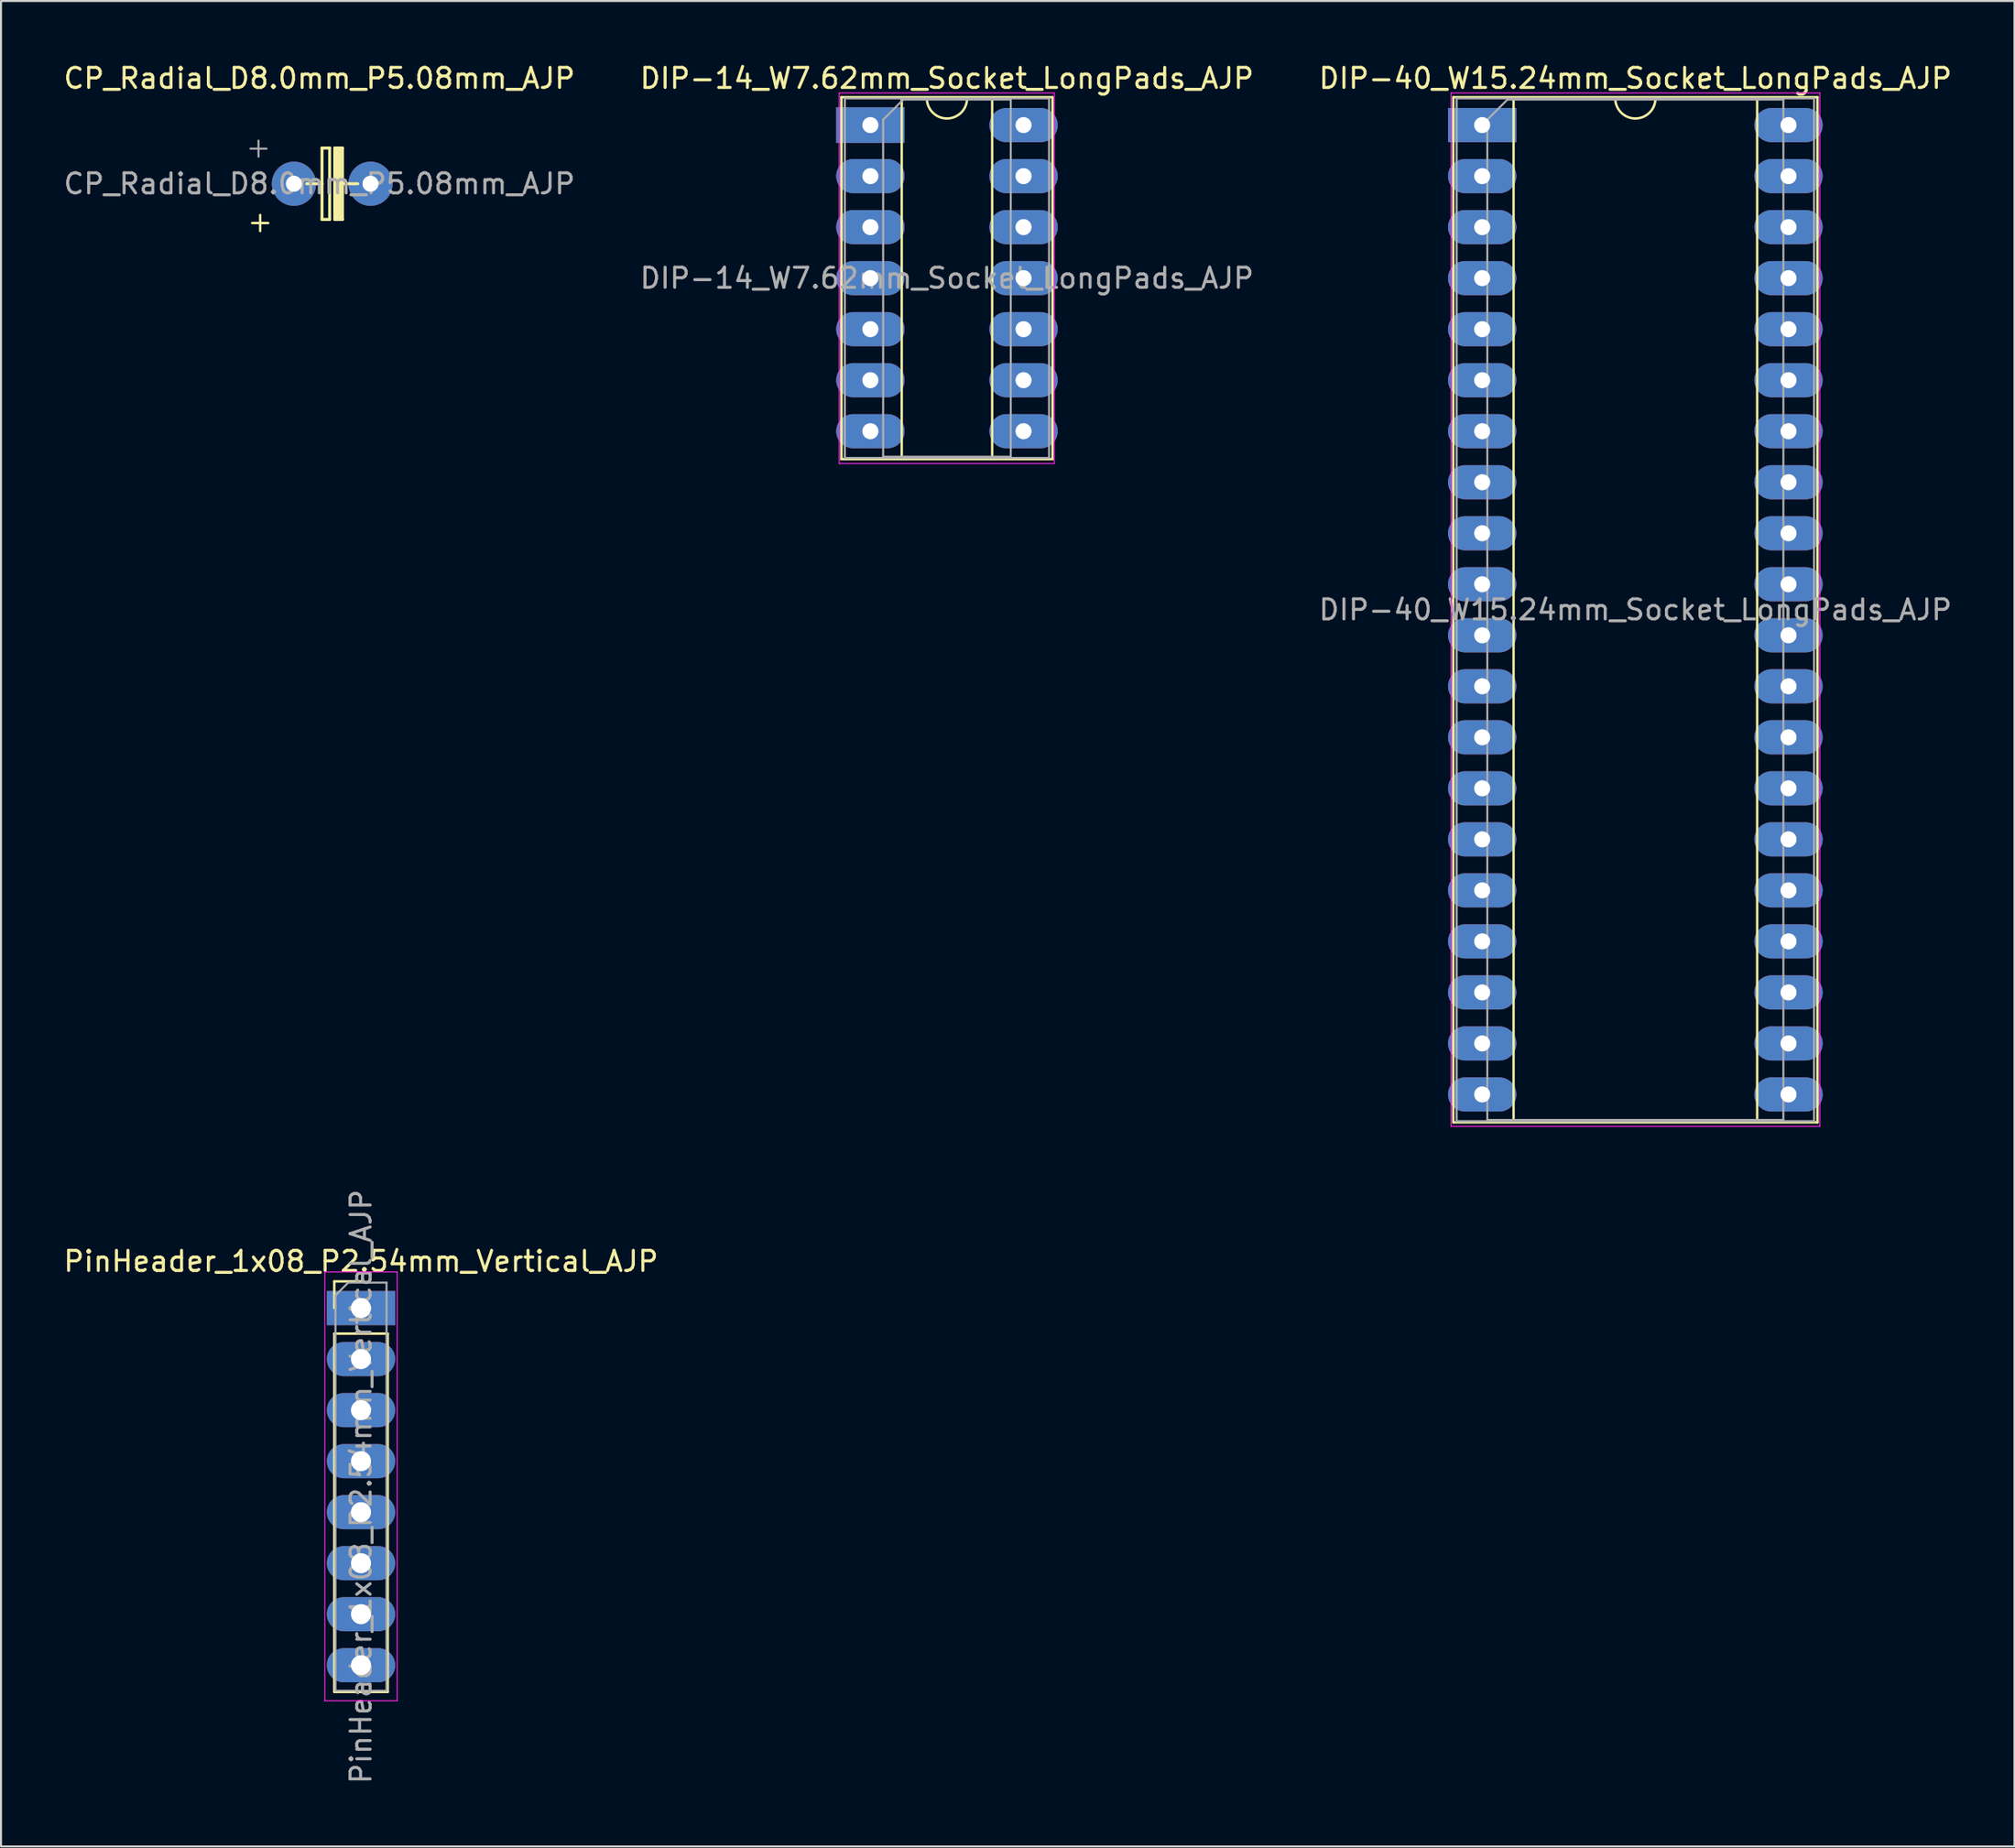
<source format=kicad_pcb>
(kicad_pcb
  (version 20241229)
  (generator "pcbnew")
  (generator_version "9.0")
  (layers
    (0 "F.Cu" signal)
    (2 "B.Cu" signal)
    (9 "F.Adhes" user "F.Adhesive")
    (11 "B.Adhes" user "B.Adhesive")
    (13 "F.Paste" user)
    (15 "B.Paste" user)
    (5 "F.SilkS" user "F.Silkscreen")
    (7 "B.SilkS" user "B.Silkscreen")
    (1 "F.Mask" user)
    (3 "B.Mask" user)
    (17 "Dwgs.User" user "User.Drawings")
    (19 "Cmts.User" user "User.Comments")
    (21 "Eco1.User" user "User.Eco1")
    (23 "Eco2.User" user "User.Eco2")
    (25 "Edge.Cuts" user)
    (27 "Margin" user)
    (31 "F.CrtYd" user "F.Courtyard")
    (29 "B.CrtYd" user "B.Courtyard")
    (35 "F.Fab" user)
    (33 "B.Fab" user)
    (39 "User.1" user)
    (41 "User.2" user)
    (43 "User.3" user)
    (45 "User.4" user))
  (footprint "CP_Radial_D8.0mm_P5.08mm_AJP"
    (layer "F.Cu")
    (at 10.939 6.098)
    (property "Reference" "CP_Radial_D8.0mm_P5.08mm_AJP" (at 1.9 -5.25 0) (layer "F.SilkS") (effects (font (size 1 1) (thickness 0.15))))
    (attr through_hole)
    (fp_line (start -1.444 1.955) (end -0.644 1.955) (stroke (width 0.12) (type solid)) (layer "F.SilkS"))
    (fp_line (start -1.044 1.555) (end -1.044 2.355) (stroke (width 0.12) (type solid)) (layer "F.SilkS"))
    (fp_line (start 1.905 0) (end 1.27 0) (stroke (width 0.15) (type solid)) (layer "F.SilkS"))
    (fp_line (start 2.032 -1.778) (end 2.413 -1.778) (stroke (width 0.15) (type solid)) (layer "F.SilkS"))
    (fp_line (start 2.032 0) (end 1.905 0) (stroke (width 0.15) (type solid)) (layer "F.SilkS"))
    (fp_line (start 2.032 0) (end 2.032 -1.778) (stroke (width 0.15) (type solid)) (layer "F.SilkS"))
    (fp_line (start 2.032 1.778) (end 2.032 0) (stroke (width 0.15) (type solid)) (layer "F.SilkS"))
    (fp_line (start 2.413 -1.778) (end 2.413 1.778) (stroke (width 0.15) (type solid)) (layer "F.SilkS"))
    (fp_line (start 2.413 1.778) (end 2.032 1.778) (stroke (width 0.15) (type solid)) (layer "F.SilkS"))
    (fp_line (start 2.667 -1.778) (end 3.048 -1.778) (stroke (width 0.15) (type solid)) (layer "F.SilkS"))
    (fp_line (start 2.667 0) (end 2.667 -1.778) (stroke (width 0.15) (type solid)) (layer "F.SilkS"))
    (fp_line (start 2.667 1.778) (end 2.667 0) (stroke (width 0.15) (type solid)) (layer "F.SilkS"))
    (fp_line (start 2.794 -1.778) (end 2.794 1.778) (stroke (width 0.15) (type solid)) (layer "F.SilkS"))
    (fp_line (start 2.794 0) (end 3.175 0) (stroke (width 0.15) (type solid)) (layer "F.SilkS"))
    (fp_line (start 2.921 -1.778) (end 2.921 1.778) (stroke (width 0.15) (type solid)) (layer "F.SilkS"))
    (fp_line (start 2.921 1.778) (end 2.667 1.778) (stroke (width 0.15) (type solid)) (layer "F.SilkS"))
    (fp_line (start 3.048 -1.778) (end 3.048 1.778) (stroke (width 0.15) (type solid)) (layer "F.SilkS"))
    (fp_line (start 3.048 1.778) (end 2.921 1.778) (stroke (width 0.15) (type solid)) (layer "F.SilkS"))
    (fp_line (start 3.175 0) (end 3.81 0) (stroke (width 0.15) (type solid)) (layer "F.SilkS"))
    (fp_line (start -1.527 -1.748) (end -0.727 -1.748) (stroke (width 0.1) (type solid)) (layer "F.Fab"))
    (fp_line (start -1.127 -2.147) (end -1.127 -1.347) (stroke (width 0.1) (type solid)) (layer "F.Fab"))
    (fp_text user "${REFERENCE}" (at 1.9 0 0) (layer "F.Fab") (effects (font (size 1 1) (thickness 0.15))))
    (pad "1" thru_hole circle (at 0.635 0) (size 2.2 2.2) (drill 0.8) (layers "*.Cu" "*.Mask"))
    (pad "2" thru_hole circle (at 4.445 0) (size 2.2 2.2) (drill 0.8) (layers "*.Cu" "*.Mask")))
  (footprint "PinHeader_1x08_P2.54mm_Vertical_AJP"
    (layer "F.Cu")
    (at 14.911 62.074)
    (property "Reference" "PinHeader_1x08_P2.54mm_Vertical_AJP" (at 0 -2.33 0) (layer "F.SilkS") (effects (font (size 1 1) (thickness 0.15))))
    (attr through_hole)
    (fp_line (start -1.33 -1.33) (end 0 -1.33) (stroke (width 0.12) (type solid)) (layer "F.SilkS"))
    (fp_line (start -1.33 0) (end -1.33 -1.33) (stroke (width 0.12) (type solid)) (layer "F.SilkS"))
    (fp_line (start -1.33 1.27) (end -1.33 19.11) (stroke (width 0.12) (type solid)) (layer "F.SilkS"))
    (fp_line (start -1.33 1.27) (end 1.33 1.27) (stroke (width 0.12) (type solid)) (layer "F.SilkS"))
    (fp_line (start -1.33 19.11) (end 1.33 19.11) (stroke (width 0.12) (type solid)) (layer "F.SilkS"))
    (fp_line (start 1.33 1.27) (end 1.33 19.11) (stroke (width 0.12) (type solid)) (layer "F.SilkS"))
    (fp_line (start -1.8 -1.8) (end -1.8 19.55) (stroke (width 0.05) (type solid)) (layer "F.CrtYd"))
    (fp_line (start -1.8 19.55) (end 1.8 19.55) (stroke (width 0.05) (type solid)) (layer "F.CrtYd"))
    (fp_line (start 1.8 -1.8) (end -1.8 -1.8) (stroke (width 0.05) (type solid)) (layer "F.CrtYd"))
    (fp_line (start 1.8 19.55) (end 1.8 -1.8) (stroke (width 0.05) (type solid)) (layer "F.CrtYd"))
    (fp_line (start -1.27 -0.635) (end -0.635 -1.27) (stroke (width 0.1) (type solid)) (layer "F.Fab"))
    (fp_line (start -1.27 19.05) (end -1.27 -0.635) (stroke (width 0.1) (type solid)) (layer "F.Fab"))
    (fp_line (start -0.635 -1.27) (end 1.27 -1.27) (stroke (width 0.1) (type solid)) (layer "F.Fab"))
    (fp_line (start 1.27 -1.27) (end 1.27 19.05) (stroke (width 0.1) (type solid)) (layer "F.Fab"))
    (fp_line (start 1.27 19.05) (end -1.27 19.05) (stroke (width 0.1) (type solid)) (layer "F.Fab"))
    (fp_text user "${REFERENCE}" (at 0 8.89 90) (layer "F.Fab") (effects (font (size 1 1) (thickness 0.15))))
    (pad "1" thru_hole rect (at 0 0) (size 3.4 1.7) (drill 1) (layers "*.Cu" "*.Mask"))
    (pad "2" thru_hole oval (at 0 2.54) (size 3.4 1.7) (drill 1) (layers "*.Cu" "*.Mask"))
    (pad "3" thru_hole oval (at 0 5.08) (size 3.4 1.7) (drill 1) (layers "*.Cu" "*.Mask"))
    (pad "4" thru_hole oval (at 0 7.62) (size 3.4 1.7) (drill 1) (layers "*.Cu" "*.Mask"))
    (pad "5" thru_hole oval (at 0 10.16) (size 3.4 1.7) (drill 1) (layers "*.Cu" "*.Mask"))
    (pad "6" thru_hole oval (at 0 12.7) (size 3.4 1.7) (drill 1) (layers "*.Cu" "*.Mask"))
    (pad "7" thru_hole oval (at 0 15.24) (size 3.4 1.7) (drill 1) (layers "*.Cu" "*.Mask"))
    (pad "8" thru_hole oval (at 0 17.78) (size 3.4 1.7) (drill 1) (layers "*.Cu" "*.Mask")))
  (footprint "DIP-14_W7.62mm_Socket_LongPads_AJP"
    (layer "F.Cu")
    (at 40.255 3.178)
    (property "Reference" "DIP-14_W7.62mm_Socket_LongPads_AJP" (at 3.81 -2.33 0) (layer "F.SilkS") (effects (font (size 1 1) (thickness 0.15))))
    (attr through_hole)
    (fp_line (start -1.44 -1.39) (end -1.44 16.63) (stroke (width 0.12) (type solid)) (layer "F.SilkS"))
    (fp_line (start -1.44 16.63) (end 9.06 16.63) (stroke (width 0.12) (type solid)) (layer "F.SilkS"))
    (fp_line (start 1.56 -1.33) (end 1.56 16.57) (stroke (width 0.12) (type solid)) (layer "F.SilkS"))
    (fp_line (start 1.56 16.57) (end 6.06 16.57) (stroke (width 0.12) (type solid)) (layer "F.SilkS"))
    (fp_line (start 2.81 -1.33) (end 1.56 -1.33) (stroke (width 0.12) (type solid)) (layer "F.SilkS"))
    (fp_line (start 6.06 -1.33) (end 4.81 -1.33) (stroke (width 0.12) (type solid)) (layer "F.SilkS"))
    (fp_line (start 6.06 16.57) (end 6.06 -1.33) (stroke (width 0.12) (type solid)) (layer "F.SilkS"))
    (fp_line (start 9.06 -1.39) (end -1.44 -1.39) (stroke (width 0.12) (type solid)) (layer "F.SilkS"))
    (fp_line (start 9.06 16.63) (end 9.06 -1.39) (stroke (width 0.12) (type solid)) (layer "F.SilkS"))
    (fp_arc (start 4.81 -1.33) (mid 3.81 -0.33) (end 2.81 -1.33) (stroke (width 0.12) (type solid)) (layer "F.SilkS"))
    (fp_line (start -1.55 -1.6) (end -1.55 16.85) (stroke (width 0.05) (type solid)) (layer "F.CrtYd"))
    (fp_line (start -1.55 16.85) (end 9.15 16.85) (stroke (width 0.05) (type solid)) (layer "F.CrtYd"))
    (fp_line (start 9.15 -1.6) (end -1.55 -1.6) (stroke (width 0.05) (type solid)) (layer "F.CrtYd"))
    (fp_line (start 9.15 16.85) (end 9.15 -1.6) (stroke (width 0.05) (type solid)) (layer "F.CrtYd"))
    (fp_line (start -1.27 -1.33) (end -1.27 16.57) (stroke (width 0.1) (type solid)) (layer "F.Fab"))
    (fp_line (start -1.27 16.57) (end 8.89 16.57) (stroke (width 0.1) (type solid)) (layer "F.Fab"))
    (fp_line (start 0.635 -0.27) (end 1.635 -1.27) (stroke (width 0.1) (type solid)) (layer "F.Fab"))
    (fp_line (start 0.635 16.51) (end 0.635 -0.27) (stroke (width 0.1) (type solid)) (layer "F.Fab"))
    (fp_line (start 1.635 -1.27) (end 6.985 -1.27) (stroke (width 0.1) (type solid)) (layer "F.Fab"))
    (fp_line (start 6.985 -1.27) (end 6.985 16.51) (stroke (width 0.1) (type solid)) (layer "F.Fab"))
    (fp_line (start 6.985 16.51) (end 0.635 16.51) (stroke (width 0.1) (type solid)) (layer "F.Fab"))
    (fp_line (start 8.89 -1.33) (end -1.27 -1.33) (stroke (width 0.1) (type solid)) (layer "F.Fab"))
    (fp_line (start 8.89 16.57) (end 8.89 -1.33) (stroke (width 0.1) (type solid)) (layer "F.Fab"))
    (fp_text user "${REFERENCE}" (at 3.81 7.62 0) (layer "F.Fab") (effects (font (size 1 1) (thickness 0.15))))
    (pad "1" thru_hole rect (at 0 0) (size 3.4 1.77) (drill 0.8) (layers "*.Cu" "*.Mask"))
    (pad "2" thru_hole oval (at 0 2.54) (size 3.4 1.7) (drill 0.8) (layers "*.Cu" "*.Mask"))
    (pad "3" thru_hole oval (at 0 5.08) (size 3.4 1.7) (drill 0.8) (layers "*.Cu" "*.Mask"))
    (pad "4" thru_hole oval (at 0 7.62) (size 3.4 1.7) (drill 0.8) (layers "*.Cu" "*.Mask"))
    (pad "5" thru_hole oval (at 0 10.16) (size 3.4 1.7) (drill 0.8) (layers "*.Cu" "*.Mask"))
    (pad "6" thru_hole oval (at 0 12.7) (size 3.4 1.7) (drill 0.8) (layers "*.Cu" "*.Mask"))
    (pad "7" thru_hole oval (at 0 15.24) (size 3.4 1.7) (drill 0.8) (layers "*.Cu" "*.Mask"))
    (pad "8" thru_hole oval (at 7.62 15.24) (size 3.4 1.7) (drill 0.8) (layers "*.Cu" "*.Mask"))
    (pad "9" thru_hole oval (at 7.62 12.7) (size 3.4 1.7) (drill 0.8) (layers "*.Cu" "*.Mask"))
    (pad "10" thru_hole oval (at 7.62 10.16) (size 3.4 1.7) (drill 0.8) (layers "*.Cu" "*.Mask"))
    (pad "11" thru_hole oval (at 7.62 7.62) (size 3.4 1.7) (drill 0.8) (layers "*.Cu" "*.Mask"))
    (pad "12" thru_hole oval (at 7.62 5.08) (size 3.4 1.7) (drill 0.8) (layers "*.Cu" "*.Mask"))
    (pad "13" thru_hole oval (at 7.62 2.54) (size 3.4 1.7) (drill 0.8) (layers "*.Cu" "*.Mask"))
    (pad "14" thru_hole oval (at 7.62 0) (size 3.4 1.7) (drill 0.8) (layers "*.Cu" "*.Mask")))
  (footprint "DIP-40_W15.24mm_Socket_LongPads_AJP"
    (layer "F.Cu")
    (at 70.695 3.178)
    (property "Reference" "DIP-40_W15.24mm_Socket_LongPads_AJP" (at 7.62 -2.33 0) (layer "F.SilkS") (effects (font (size 1 1) (thickness 0.15))))
    (attr through_hole)
    (fp_line (start -1.44 -1.39) (end -1.44 49.65) (stroke (width 0.12) (type solid)) (layer "F.SilkS"))
    (fp_line (start -1.44 49.65) (end 16.68 49.65) (stroke (width 0.12) (type solid)) (layer "F.SilkS"))
    (fp_line (start 1.56 -1.33) (end 1.56 49.59) (stroke (width 0.12) (type solid)) (layer "F.SilkS"))
    (fp_line (start 1.56 49.59) (end 13.68 49.59) (stroke (width 0.12) (type solid)) (layer "F.SilkS"))
    (fp_line (start 6.62 -1.33) (end 1.56 -1.33) (stroke (width 0.12) (type solid)) (layer "F.SilkS"))
    (fp_line (start 13.68 -1.33) (end 8.62 -1.33) (stroke (width 0.12) (type solid)) (layer "F.SilkS"))
    (fp_line (start 13.68 49.59) (end 13.68 -1.33) (stroke (width 0.12) (type solid)) (layer "F.SilkS"))
    (fp_line (start 16.68 -1.39) (end -1.44 -1.39) (stroke (width 0.12) (type solid)) (layer "F.SilkS"))
    (fp_line (start 16.68 49.65) (end 16.68 -1.39) (stroke (width 0.12) (type solid)) (layer "F.SilkS"))
    (fp_arc (start 8.62 -1.33) (mid 7.62 -0.33) (end 6.62 -1.33) (stroke (width 0.12) (type solid)) (layer "F.SilkS"))
    (fp_line (start -1.55 -1.6) (end -1.55 49.85) (stroke (width 0.05) (type solid)) (layer "F.CrtYd"))
    (fp_line (start -1.55 49.85) (end 16.8 49.85) (stroke (width 0.05) (type solid)) (layer "F.CrtYd"))
    (fp_line (start 16.8 -1.6) (end -1.55 -1.6) (stroke (width 0.05) (type solid)) (layer "F.CrtYd"))
    (fp_line (start 16.8 49.85) (end 16.8 -1.6) (stroke (width 0.05) (type solid)) (layer "F.CrtYd"))
    (fp_line (start -1.27 -1.33) (end -1.27 49.59) (stroke (width 0.1) (type solid)) (layer "F.Fab"))
    (fp_line (start -1.27 49.59) (end 16.51 49.59) (stroke (width 0.1) (type solid)) (layer "F.Fab"))
    (fp_line (start 0.255 -0.27) (end 1.255 -1.27) (stroke (width 0.1) (type solid)) (layer "F.Fab"))
    (fp_line (start 0.255 49.53) (end 0.255 -0.27) (stroke (width 0.1) (type solid)) (layer "F.Fab"))
    (fp_line (start 1.255 -1.27) (end 14.985 -1.27) (stroke (width 0.1) (type solid)) (layer "F.Fab"))
    (fp_line (start 14.985 -1.27) (end 14.985 49.53) (stroke (width 0.1) (type solid)) (layer "F.Fab"))
    (fp_line (start 14.985 49.53) (end 0.255 49.53) (stroke (width 0.1) (type solid)) (layer "F.Fab"))
    (fp_line (start 16.51 -1.33) (end -1.27 -1.33) (stroke (width 0.1) (type solid)) (layer "F.Fab"))
    (fp_line (start 16.51 49.59) (end 16.51 -1.33) (stroke (width 0.1) (type solid)) (layer "F.Fab"))
    (fp_text user "${REFERENCE}" (at 7.62 24.13 0) (layer "F.Fab") (effects (font (size 1 1) (thickness 0.15))))
    (pad "1" thru_hole rect (at 0 0) (size 3.4 1.7) (drill 0.8) (layers "*.Cu" "*.Mask"))
    (pad "2" thru_hole oval (at 0 2.54) (size 3.4 1.7) (drill 0.8) (layers "*.Cu" "*.Mask"))
    (pad "3" thru_hole oval (at 0 5.08) (size 3.4 1.7) (drill 0.8) (layers "*.Cu" "*.Mask"))
    (pad "4" thru_hole oval (at 0 7.62) (size 3.4 1.7) (drill 0.8) (layers "*.Cu" "*.Mask"))
    (pad "5" thru_hole oval (at 0 10.16) (size 3.4 1.7) (drill 0.8) (layers "*.Cu" "*.Mask"))
    (pad "6" thru_hole oval (at 0 12.7) (size 3.4 1.7) (drill 0.8) (layers "*.Cu" "*.Mask"))
    (pad "7" thru_hole oval (at 0 15.24) (size 3.4 1.7) (drill 0.8) (layers "*.Cu" "*.Mask"))
    (pad "8" thru_hole oval (at 0 17.78) (size 3.4 1.7) (drill 0.8) (layers "*.Cu" "*.Mask"))
    (pad "9" thru_hole oval (at 0 20.32) (size 3.4 1.7) (drill 0.8) (layers "*.Cu" "*.Mask"))
    (pad "10" thru_hole oval (at 0 22.86) (size 3.4 1.7) (drill 0.8) (layers "*.Cu" "*.Mask"))
    (pad "11" thru_hole oval (at 0 25.4) (size 3.4 1.7) (drill 0.8) (layers "*.Cu" "*.Mask"))
    (pad "12" thru_hole oval (at 0 27.94) (size 3.4 1.7) (drill 0.8) (layers "*.Cu" "*.Mask"))
    (pad "13" thru_hole oval (at 0 30.48) (size 3.4 1.7) (drill 0.8) (layers "*.Cu" "*.Mask"))
    (pad "14" thru_hole oval (at 0 33.02) (size 3.4 1.7) (drill 0.8) (layers "*.Cu" "*.Mask"))
    (pad "15" thru_hole oval (at 0 35.56) (size 3.4 1.7) (drill 0.8) (layers "*.Cu" "*.Mask"))
    (pad "16" thru_hole oval (at 0 38.1) (size 3.4 1.7) (drill 0.8) (layers "*.Cu" "*.Mask"))
    (pad "17" thru_hole oval (at 0 40.64) (size 3.4 1.7) (drill 0.8) (layers "*.Cu" "*.Mask"))
    (pad "18" thru_hole oval (at 0 43.18) (size 3.4 1.7) (drill 0.8) (layers "*.Cu" "*.Mask"))
    (pad "19" thru_hole oval (at 0 45.72) (size 3.4 1.7) (drill 0.8) (layers "*.Cu" "*.Mask"))
    (pad "20" thru_hole oval (at 0 48.26) (size 3.4 1.7) (drill 0.8) (layers "*.Cu" "*.Mask"))
    (pad "21" thru_hole oval (at 15.24 48.26) (size 3.4 1.7) (drill 0.8) (layers "*.Cu" "*.Mask"))
    (pad "22" thru_hole oval (at 15.24 45.72) (size 3.4 1.7) (drill 0.8) (layers "*.Cu" "*.Mask"))
    (pad "23" thru_hole oval (at 15.24 43.18) (size 3.4 1.7) (drill 0.8) (layers "*.Cu" "*.Mask"))
    (pad "24" thru_hole oval (at 15.24 40.64) (size 3.4 1.7) (drill 0.8) (layers "*.Cu" "*.Mask"))
    (pad "25" thru_hole oval (at 15.24 38.1) (size 3.4 1.7) (drill 0.8) (layers "*.Cu" "*.Mask"))
    (pad "26" thru_hole oval (at 15.24 35.56) (size 3.4 1.7) (drill 0.8) (layers "*.Cu" "*.Mask"))
    (pad "27" thru_hole oval (at 15.24 33.02) (size 3.4 1.7) (drill 0.8) (layers "*.Cu" "*.Mask"))
    (pad "28" thru_hole oval (at 15.24 30.48) (size 3.4 1.7) (drill 0.8) (layers "*.Cu" "*.Mask"))
    (pad "29" thru_hole oval (at 15.24 27.94) (size 3.4 1.7) (drill 0.8) (layers "*.Cu" "*.Mask"))
    (pad "30" thru_hole oval (at 15.24 25.4) (size 3.4 1.7) (drill 0.8) (layers "*.Cu" "*.Mask"))
    (pad "31" thru_hole oval (at 15.24 22.86) (size 3.4 1.7) (drill 0.8) (layers "*.Cu" "*.Mask"))
    (pad "32" thru_hole oval (at 15.24 20.32) (size 3.4 1.7) (drill 0.8) (layers "*.Cu" "*.Mask"))
    (pad "33" thru_hole oval (at 15.24 17.78) (size 3.4 1.7) (drill 0.8) (layers "*.Cu" "*.Mask"))
    (pad "34" thru_hole oval (at 15.24 15.24) (size 3.4 1.7) (drill 0.8) (layers "*.Cu" "*.Mask"))
    (pad "35" thru_hole oval (at 15.24 12.7) (size 3.4 1.7) (drill 0.8) (layers "*.Cu" "*.Mask"))
    (pad "36" thru_hole oval (at 15.24 10.16) (size 3.4 1.7) (drill 0.8) (layers "*.Cu" "*.Mask"))
    (pad "37" thru_hole oval (at 15.24 7.62) (size 3.4 1.7) (drill 0.8) (layers "*.Cu" "*.Mask"))
    (pad "38" thru_hole oval (at 15.24 5.08) (size 3.4 1.7) (drill 0.8) (layers "*.Cu" "*.Mask"))
    (pad "39" thru_hole oval (at 15.24 2.54) (size 3.4 1.7) (drill 0.8) (layers "*.Cu" "*.Mask"))
    (pad "40" thru_hole oval (at 15.24 0) (size 3.4 1.7) (drill 0.8) (layers "*.Cu" "*.Mask")))
  (gr_rect
    (start -3 -3)
    (end 97.179 88.875)
    (stroke (width 0.1) (type default))
    (fill no)
    (layer "Edge.Cuts")))
</source>
